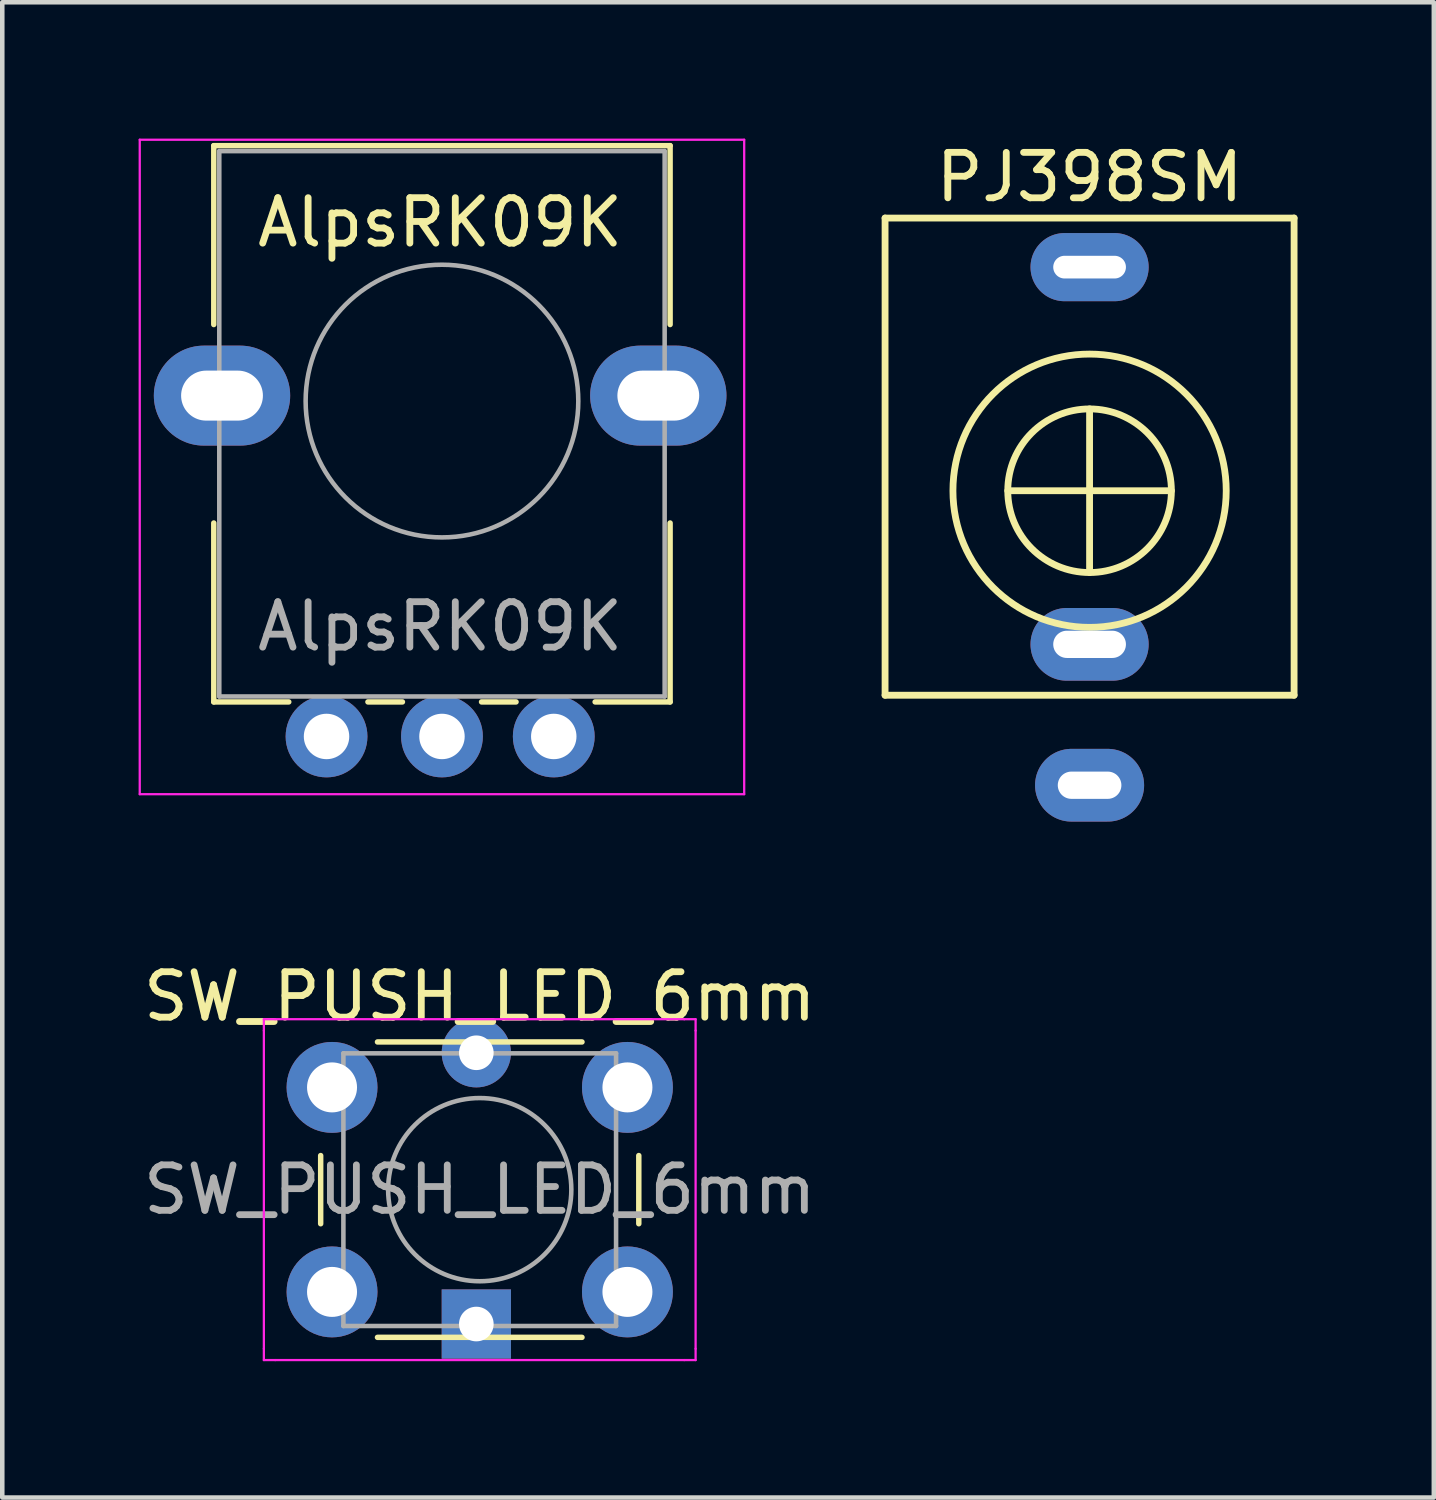
<source format=kicad_pcb>
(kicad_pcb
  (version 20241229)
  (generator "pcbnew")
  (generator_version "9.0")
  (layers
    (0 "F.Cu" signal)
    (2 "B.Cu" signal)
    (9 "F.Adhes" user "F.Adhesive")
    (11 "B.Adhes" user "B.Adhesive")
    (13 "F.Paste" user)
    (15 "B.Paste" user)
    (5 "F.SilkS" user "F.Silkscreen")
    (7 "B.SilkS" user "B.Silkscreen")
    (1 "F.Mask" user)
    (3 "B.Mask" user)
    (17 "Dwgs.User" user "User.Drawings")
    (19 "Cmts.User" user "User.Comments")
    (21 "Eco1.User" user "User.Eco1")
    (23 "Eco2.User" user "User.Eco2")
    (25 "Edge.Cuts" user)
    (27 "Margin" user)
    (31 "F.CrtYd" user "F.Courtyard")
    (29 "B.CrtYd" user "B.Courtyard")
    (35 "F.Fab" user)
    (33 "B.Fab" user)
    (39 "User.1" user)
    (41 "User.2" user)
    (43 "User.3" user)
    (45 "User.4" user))
  (footprint "PJ398SM"
    (layer "F.Cu")
    (at 20.925 7.748)
    (property "Reference" "PJ398SM" (at 0 -6.9 0) (layer "F.SilkS") (effects (font (size 1 1) (thickness 0.15))))
    (attr through_hole)
    (fp_line (start -4.5 -6) (end -4.5 4.5) (stroke (width 0.15) (type solid)) (layer "F.SilkS"))
    (fp_line (start -4.5 4.5) (end 4.5 4.5) (stroke (width 0.15) (type solid)) (layer "F.SilkS"))
    (fp_line (start 0 -1.8) (end 0 1.8) (stroke (width 0.15) (type solid)) (layer "F.SilkS"))
    (fp_line (start 1.8 0) (end -1.8 0) (stroke (width 0.15) (type solid)) (layer "F.SilkS"))
    (fp_line (start 4.5 -6) (end -4.5 -6) (stroke (width 0.15) (type solid)) (layer "F.SilkS"))
    (fp_line (start 4.5 4.5) (end 4.5 -6) (stroke (width 0.15) (type solid)) (layer "F.SilkS"))
    (fp_circle (center 0 0) (end 1.8 0) (stroke (width 0.15) (type solid)) (fill no) (layer "F.SilkS"))
    (fp_circle (center 0 0) (end 3 0.2) (stroke (width 0.15) (type solid)) (fill no) (layer "F.SilkS"))
    (pad "S" thru_hole oval (at 0 6.48) (size 2.4 1.6) (drill oval 1.4 0.6) (layers "*.Cu" "*.Mask"))
    (pad "T" thru_hole oval (at 0 -4.92) (size 2.6 1.5) (drill oval 1.6 0.5) (layers "*.Cu" "*.Mask"))
    (pad "TN" thru_hole oval (at 0 3.38) (size 2.6 1.6) (drill oval 1.6 0.6) (layers "*.Cu" "*.Mask")))
  (footprint "SW_PUSH_LED_6mm"
    (layer "F.Cu")
    (at 7.431 23.163)
    (property "Reference" "SW_PUSH_LED_6mm" (at 0.075 -4.286 0) (layer "F.SilkS") (effects (font (size 1 1) (thickness 0.15))))
    (attr through_hole)
    (fp_line (start -3.425 -0.786) (end -3.425 0.714) (stroke (width 0.12) (type solid)) (layer "F.SilkS"))
    (fp_line (start -2.175 3.214) (end 2.325 3.214) (stroke (width 0.12) (type solid)) (layer "F.SilkS"))
    (fp_line (start 2.325 -3.286) (end -2.175 -3.286) (stroke (width 0.12) (type solid)) (layer "F.SilkS"))
    (fp_line (start 3.575 0.714) (end 3.575 -0.786) (stroke (width 0.12) (type solid)) (layer "F.SilkS"))
    (fp_line (start -4.675 -3.786) (end -4.425 -3.786) (stroke (width 0.05) (type solid)) (layer "F.CrtYd"))
    (fp_line (start -4.675 -3.536) (end -4.675 -3.786) (stroke (width 0.05) (type solid)) (layer "F.CrtYd"))
    (fp_line (start -4.675 3.464) (end -4.675 -3.536) (stroke (width 0.05) (type solid)) (layer "F.CrtYd"))
    (fp_line (start -4.675 3.464) (end -4.675 3.714) (stroke (width 0.05) (type solid)) (layer "F.CrtYd"))
    (fp_line (start -4.675 3.714) (end -4.425 3.714) (stroke (width 0.05) (type solid)) (layer "F.CrtYd"))
    (fp_line (start -4.425 -3.786) (end 4.575 -3.786) (stroke (width 0.05) (type solid)) (layer "F.CrtYd"))
    (fp_line (start 4.575 -3.786) (end 4.825 -3.786) (stroke (width 0.05) (type solid)) (layer "F.CrtYd"))
    (fp_line (start 4.575 3.714) (end -4.425 3.714) (stroke (width 0.05) (type solid)) (layer "F.CrtYd"))
    (fp_line (start 4.575 3.714) (end 4.825 3.714) (stroke (width 0.05) (type solid)) (layer "F.CrtYd"))
    (fp_line (start 4.825 -3.786) (end 4.825 -3.536) (stroke (width 0.05) (type solid)) (layer "F.CrtYd"))
    (fp_line (start 4.825 -3.536) (end 4.825 3.464) (stroke (width 0.05) (type solid)) (layer "F.CrtYd"))
    (fp_line (start 4.825 3.714) (end 4.825 3.464) (stroke (width 0.05) (type solid)) (layer "F.CrtYd"))
    (fp_line (start -2.925 -3.036) (end 0.075 -3.036) (stroke (width 0.1) (type solid)) (layer "F.Fab"))
    (fp_line (start -2.925 2.964) (end -2.925 -3.036) (stroke (width 0.1) (type solid)) (layer "F.Fab"))
    (fp_line (start 0.075 -3.036) (end 3.075 -3.036) (stroke (width 0.1) (type solid)) (layer "F.Fab"))
    (fp_line (start 3.075 -3.036) (end 3.075 2.964) (stroke (width 0.1) (type solid)) (layer "F.Fab"))
    (fp_line (start 3.075 2.964) (end -2.925 2.964) (stroke (width 0.1) (type solid)) (layer "F.Fab"))
    (fp_circle (center 0.075 -0.036) (end -1.925 0.214) (stroke (width 0.1) (type solid)) (fill no) (layer "F.Fab"))
    (fp_text user "${REFERENCE}" (at 0.075 -0.036 0) (layer "F.Fab") (effects (font (size 1 1) (thickness 0.15))))
    (pad "1" thru_hole circle (at -3.175 -2.286 90) (size 2 2) (drill 1.1) (layers "*.Cu" "*.Mask"))
    (pad "1" thru_hole circle (at 3.325 -2.286 90) (size 2 2) (drill 1.1) (layers "*.Cu" "*.Mask"))
    (pad "2" thru_hole circle (at -3.175 2.214 90) (size 2 2) (drill 1.1) (layers "*.Cu" "*.Mask"))
    (pad "2" thru_hole circle (at 3.325 2.214 90) (size 2 2) (drill 1.1) (layers "*.Cu" "*.Mask"))
    (pad "3" thru_hole circle (at 0 -3.048) (size 1.524 1.524) (drill 0.762) (layers "*.Cu" "*.Mask"))
    (pad "4" thru_hole rect (at 0 2.921) (size 1.524 1.524) (drill 0.762) (layers "*.Cu" "*.Mask")))
  (footprint "AlpsRK09K"
    (layer "F.Cu")
    (at 6.635 5.655)
    (property "Reference" "AlpsRK09K" (at 0 -3.81 180) (layer "F.SilkS") (effects (font (size 1 1) (thickness 0.15))))
    (attr through_hole)
    (fp_line (start -4.981 -5.5) (end 5.06 -5.5) (stroke (width 0.12) (type solid)) (layer "F.SilkS"))
    (fp_line (start -4.981 -1.564) (end -4.981 -5.5) (stroke (width 0.12) (type solid)) (layer "F.SilkS"))
    (fp_line (start -4.981 6.74) (end -4.981 2.803) (stroke (width 0.12) (type solid)) (layer "F.SilkS"))
    (fp_line (start -4.981 6.74) (end -3.331 6.74) (stroke (width 0.12) (type solid)) (layer "F.SilkS"))
    (fp_line (start -1.589 6.74) (end -0.83 6.74) (stroke (width 0.12) (type solid)) (layer "F.SilkS"))
    (fp_line (start 0.911 6.74) (end 1.67 6.74) (stroke (width 0.12) (type solid)) (layer "F.SilkS"))
    (fp_line (start 3.41 6.74) (end 5.06 6.74) (stroke (width 0.12) (type solid)) (layer "F.SilkS"))
    (fp_line (start 5.06 -1.564) (end 5.06 -5.5) (stroke (width 0.12) (type solid)) (layer "F.SilkS"))
    (fp_line (start 5.06 6.74) (end 5.06 2.803) (stroke (width 0.12) (type solid)) (layer "F.SilkS"))
    (fp_line (start -6.61 -5.63) (end -6.61 8.77) (stroke (width 0.05) (type solid)) (layer "F.CrtYd"))
    (fp_line (start -6.61 8.77) (end 6.69 8.77) (stroke (width 0.05) (type solid)) (layer "F.CrtYd"))
    (fp_line (start 6.69 -5.63) (end -6.61 -5.63) (stroke (width 0.05) (type solid)) (layer "F.CrtYd"))
    (fp_line (start 6.69 8.77) (end 6.69 -5.63) (stroke (width 0.05) (type solid)) (layer "F.CrtYd"))
    (fp_line (start -4.86 -5.38) (end -4.86 6.62) (stroke (width 0.1) (type solid)) (layer "F.Fab"))
    (fp_line (start -4.86 6.62) (end 4.94 6.62) (stroke (width 0.1) (type solid)) (layer "F.Fab"))
    (fp_line (start 4.94 -5.38) (end -4.86 -5.38) (stroke (width 0.1) (type solid)) (layer "F.Fab"))
    (fp_line (start 4.94 6.62) (end 4.94 -5.38) (stroke (width 0.1) (type solid)) (layer "F.Fab"))
    (fp_circle (center 0.04 0.12) (end 0.04 -2.88) (stroke (width 0.1) (type solid)) (fill no) (layer "F.Fab"))
    (fp_text user "${REFERENCE}" (at 0 5.08 180) (layer "F.Fab") (effects (font (size 1 1) (thickness 0.15))))
    (pad "" np_thru_hole oval (at -4.8 0) (size 3 2.2) (drill oval 1.8 1.1) (layers "*.Cu" "*.Mask"))
    (pad "" np_thru_hole oval (at 4.8 0) (size 3 2.2) (drill oval 1.8 1.1) (layers "*.Cu" "*.Mask"))
    (pad "1" thru_hole circle (at 2.5 7.5 90) (size 1.8 1.8) (drill 1) (layers "*.Cu" "*.Mask"))
    (pad "2" thru_hole circle (at 0.04 7.5 90) (size 1.8 1.8) (drill 1) (layers "*.Cu" "*.Mask"))
    (pad "3" thru_hole circle (at -2.5 7.5 90) (size 1.8 1.8) (drill 1) (layers "*.Cu" "*.Mask")))
  (gr_rect
    (start -3 -3)
    (end 28.5 29.901)
    (stroke (width 0.1) (type default))
    (fill no)
    (layer "Edge.Cuts")))
</source>
